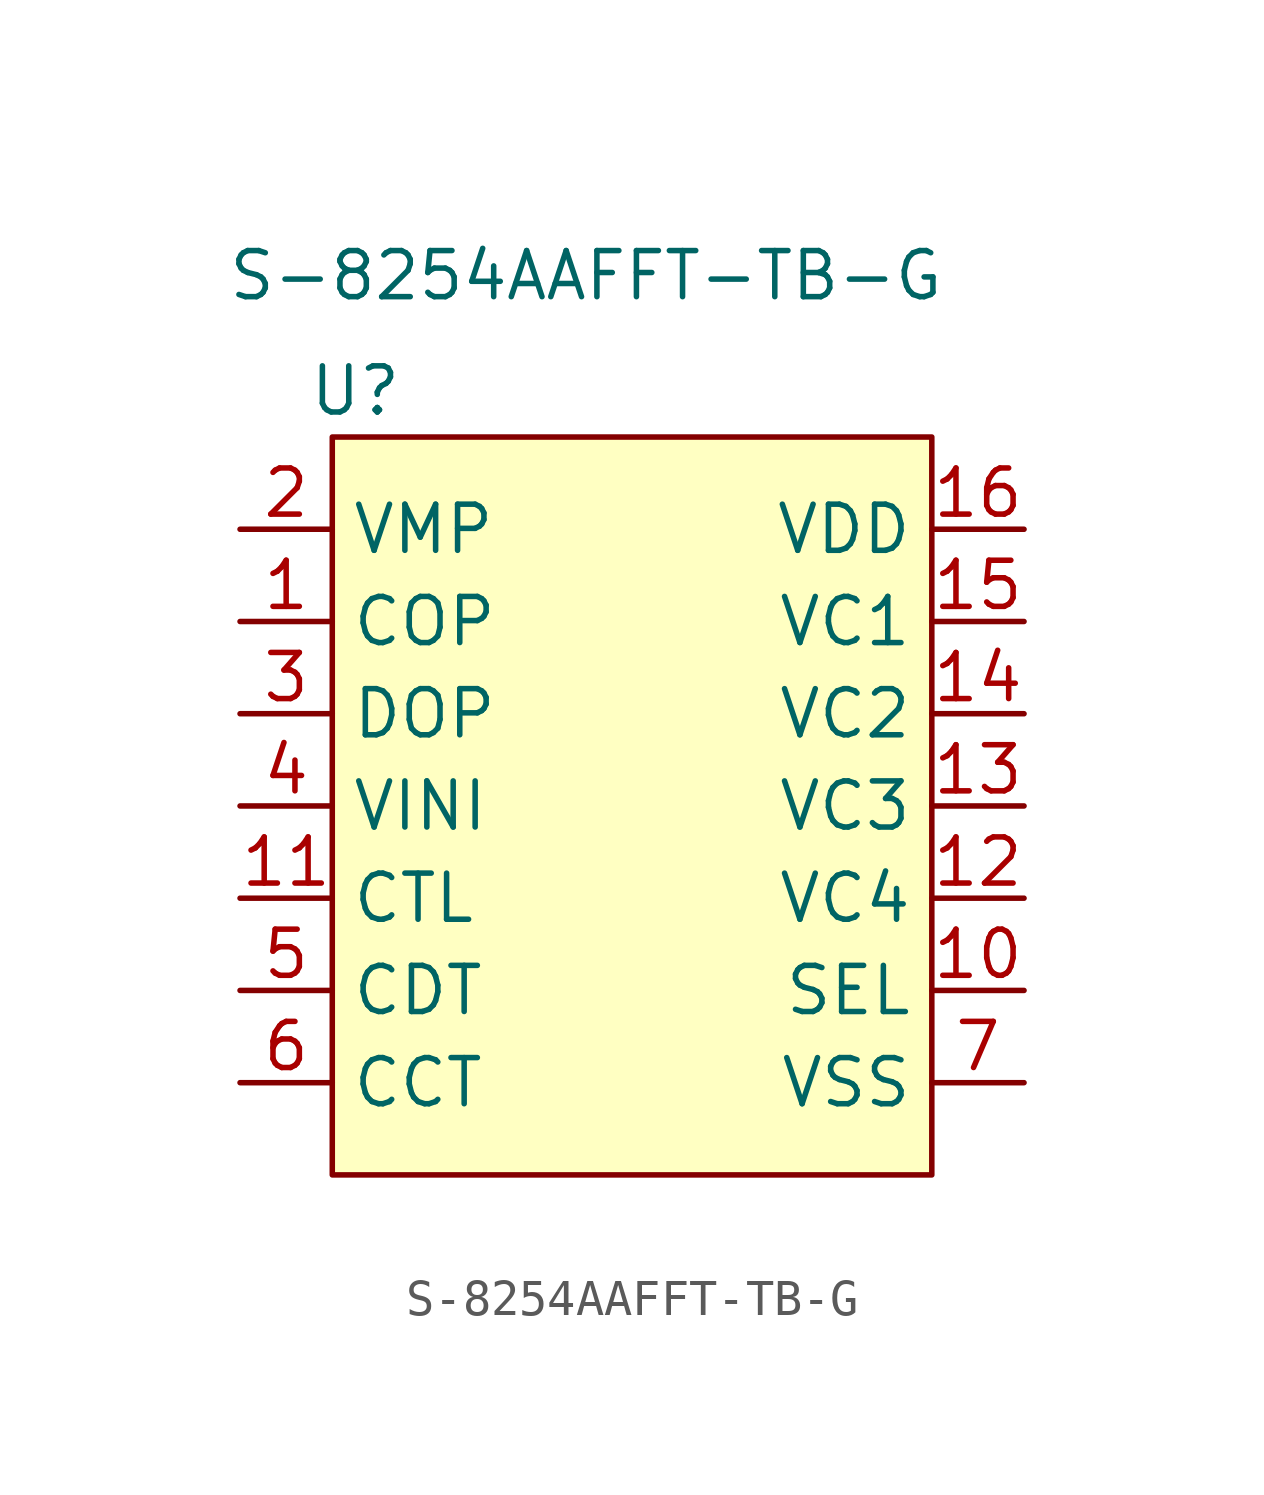
<source format=kicad_sym>
(kicad_symbol_lib
  (version 20220914)
  (generator kicad_symbol_editor)
  (symbol "S-8254AAFFT-TB-G"
    (property "Reference" "U"
      (at -7.62 15.24 0)
      (effects (font (size 1.27 1.27))))
    (property "Value" "S-8254AAFFT-TB-G"
      (at -1.27 18.415 0)
      (effects (font (size 1.27 1.27))))
    (symbol "S-8254AAFFT-TB-G_1_1"
      (rectangle (start -8.255 13.97) (end 8.255 -6.35) (stroke (width 0) (type default)) (fill (type background)))
      (pin output line (at -10.795 8.89 0) (length 2.54) (name "COP" (effects (font (size 1.27 1.27)))) (number "1" (effects (font (size 1.27 1.27)))))
      (pin input line (at 10.795 -1.27 180) (length 2.54) (name "SEL" (effects (font (size 1.27 1.27)))) (number "10" (effects (font (size 1.27 1.27)))))
      (pin input line (at -10.795 1.27 0) (length 2.54) (name "CTL" (effects (font (size 1.27 1.27)))) (number "11" (effects (font (size 1.27 1.27)))))
      (pin power_in line (at 10.795 1.27 180) (length 2.54) (name "VC4" (effects (font (size 1.27 1.27)))) (number "12" (effects (font (size 1.27 1.27)))))
      (pin power_in line (at 10.795 3.81 180) (length 2.54) (name "VC3" (effects (font (size 1.27 1.27)))) (number "13" (effects (font (size 1.27 1.27)))))
      (pin power_in line (at 10.795 6.35 180) (length 2.54) (name "VC2" (effects (font (size 1.27 1.27)))) (number "14" (effects (font (size 1.27 1.27)))))
      (pin power_in line (at 10.795 8.89 180) (length 2.54) (name "VC1" (effects (font (size 1.27 1.27)))) (number "15" (effects (font (size 1.27 1.27)))))
      (pin power_in line (at 10.795 11.43 180) (length 2.54) (name "VDD" (effects (font (size 1.27 1.27)))) (number "16" (effects (font (size 1.27 1.27)))))
      (pin input line (at -10.795 11.43 0) (length 2.54) (name "VMP" (effects (font (size 1.27 1.27)))) (number "2" (effects (font (size 1.27 1.27)))))
      (pin output line (at -10.795 6.35 0) (length 2.54) (name "DOP" (effects (font (size 1.27 1.27)))) (number "3" (effects (font (size 1.27 1.27)))))
      (pin input line (at -10.795 3.81 0) (length 2.54) (name "VINI" (effects (font (size 1.27 1.27)))) (number "4" (effects (font (size 1.27 1.27)))))
      (pin input line (at -10.795 -1.27 0) (length 2.54) (name "CDT" (effects (font (size 1.27 1.27)))) (number "5" (effects (font (size 1.27 1.27)))))
      (pin input line (at -10.795 -3.81 0) (length 2.54) (name "CCT" (effects (font (size 1.27 1.27)))) (number "6" (effects (font (size 1.27 1.27)))))
      (pin power_in line (at 10.795 -3.81 180) (length 2.54) (name "VSS" (effects (font (size 1.27 1.27)))) (number "7" (effects (font (size 1.27 1.27))))))))
</source>
